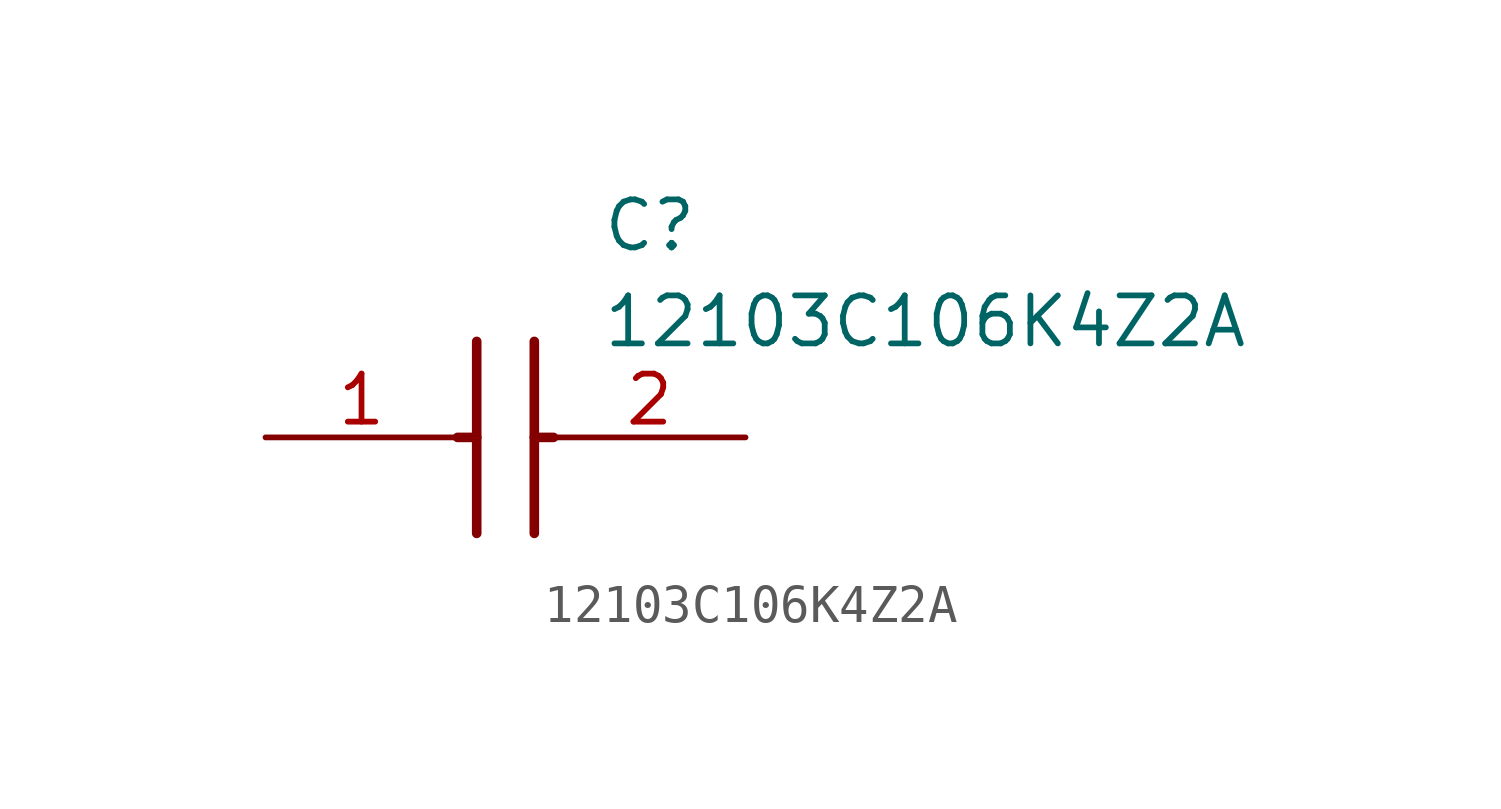
<source format=kicad_sym>
(kicad_symbol_lib
  (version 20211014)
  (generator SamacSys_ECAD_Model)
  (symbol "12103C106K4Z2A"
    (pin_names hide)
    (property "Reference" "C"
      (at 8.89 6.35 0)
      (effects (font (size 1.27 1.27)) (justify left top)))
    (property "Value" "12103C106K4Z2A"
      (at 8.89 3.81 0)
      (effects (font (size 1.27 1.27)) (justify left top)))
    (polyline
      (pts (xy 5.588 2.54) (xy 5.588 -2.54))
      (stroke (width 0.254) (type default))
      (fill (type none)))
    (polyline
      (pts (xy 7.112 2.54) (xy 7.112 -2.54))
      (stroke (width 0.254) (type default))
      (fill (type none)))
    (polyline
      (pts (xy 5.08 0) (xy 5.588 0))
      (stroke (width 0.254) (type default))
      (fill (type none)))
    (polyline
      (pts (xy 7.112 0) (xy 7.62 0))
      (stroke (width 0.254) (type default))
      (fill (type none)))
    (pin passive line
      (at 0 0 0)
      (length 5.08)
      (name "1" (effects (font (size 1.27 1.27))))
      (number "1" (effects (font (size 1.27 1.27)))))
    (pin passive line
      (at 12.7 0 180)
      (length 5.08)
      (name "2" (effects (font (size 1.27 1.27))))
      (number "2" (effects (font (size 1.27 1.27)))))))
</source>
